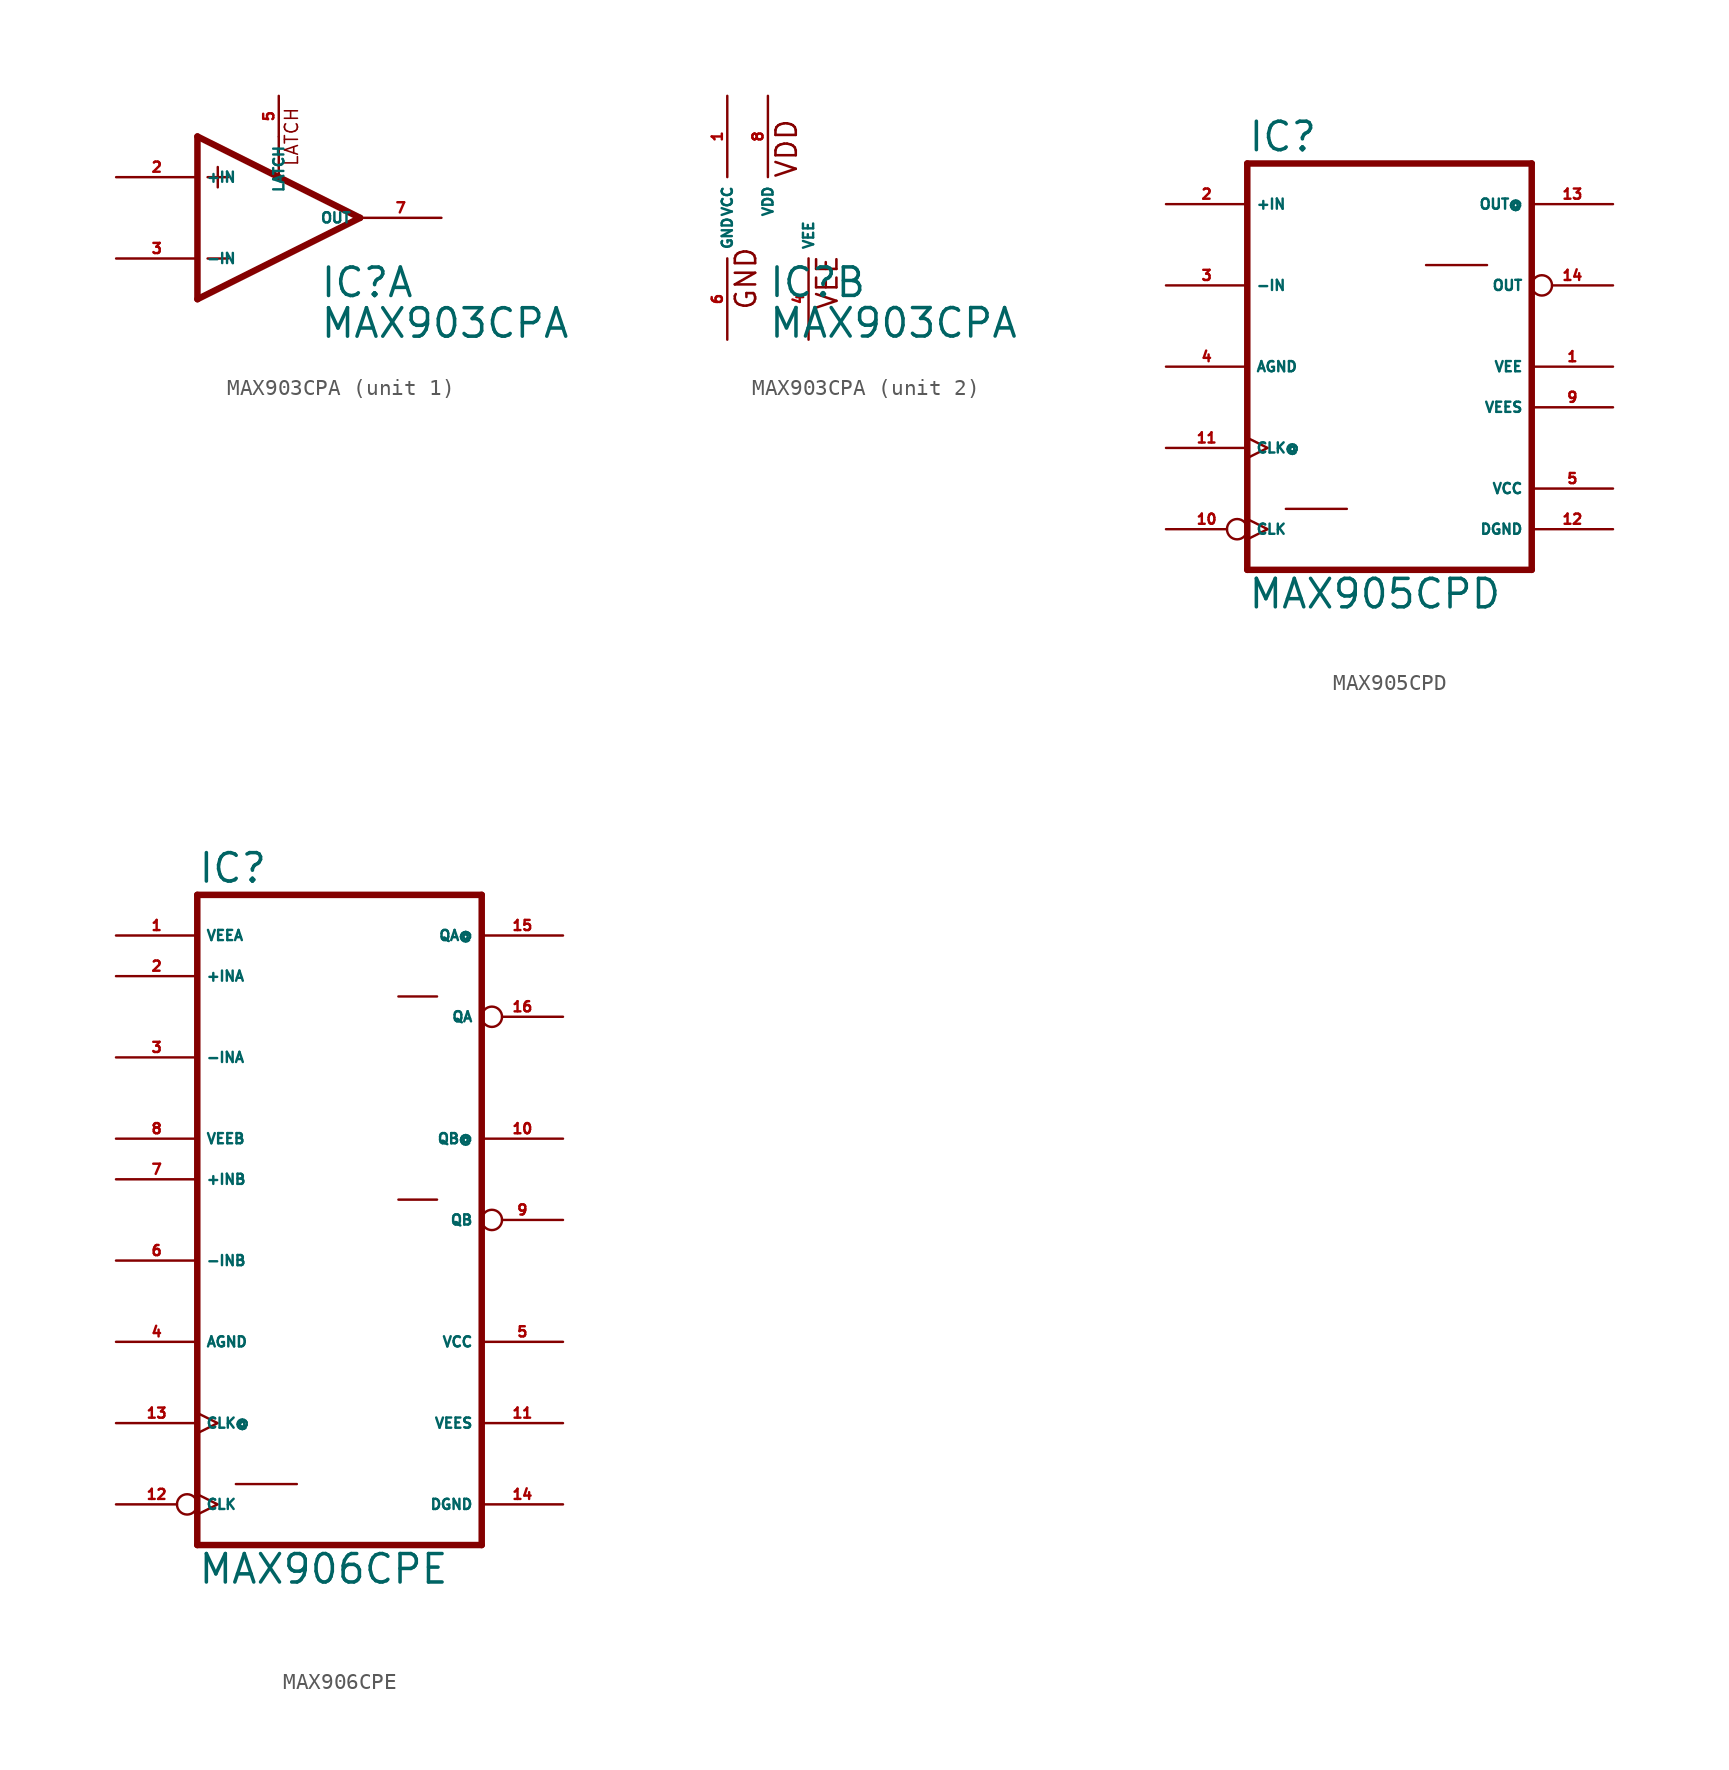
<source format=kicad_sym>
(kicad_symbol_lib
  (version 20220914)
  (generator Eagle2Kicad)
  (symbol "MAX903CPA"
    (property "Reference" "IC"
      (at 2.54 -5.08 0)
      (effects (font (size 1.778 1.778) (thickness 0.22)) (justify left bottom)))
    (property "Value" "MAX903CPA"
      (at 2.54 -7.62 0)
      (effects (font (size 1.778 1.778) (thickness 0.22)) (justify left bottom)))
    (symbol "MAX903CPA_1_0"
      (polyline (pts (xy -3.81 3.175) (xy -3.81 1.905)) (stroke (width 0.152) (type default)) (fill (type none)))
      (polyline (pts (xy -4.445 2.54) (xy -3.175 2.54)) (stroke (width 0.152) (type default)) (fill (type none)))
      (polyline (pts (xy -4.445 -2.54) (xy -3.175 -2.54)) (stroke (width 0.152) (type default)) (fill (type none)))
      (polyline (pts (xy 0 5.055) (xy 0 2.616)) (stroke (width 0.152) (type default)) (fill (type none)))
      (polyline (pts (xy 5.08 0) (xy -5.08 5.08)) (stroke (width 0.406) (type default)) (fill (type none)))
      (polyline (pts (xy -5.08 5.08) (xy -5.08 -5.08)) (stroke (width 0.406) (type default)) (fill (type none)))
      (polyline (pts (xy -5.08 -5.08) (xy 5.08 0)) (stroke (width 0.406) (type default)) (fill (type none)))
      (text "LATCH" (at 1.27 3.175 900) (effects (font (size 0.813 0.813) (thickness 0.10)) (justify left bottom)))
      (pin passive line (at 0 7.62 270) (length 2.54) (name "LATCH" (effects (font (size 0.635 0.635) (thickness 0.08)) (justify left bottom))) (number "5" (effects (font (size 0.635 0.635) (thickness 0.08)) (justify left bottom))))
      (pin input line (at -10.16 -2.54 0) (length 5.08) (name "-IN" (effects (font (size 0.635 0.635) (thickness 0.08)) (justify left bottom))) (number "3" (effects (font (size 0.635 0.635) (thickness 0.08)) (justify left bottom))))
      (pin input line (at -10.16 2.54 0) (length 5.08) (name "+IN" (effects (font (size 0.635 0.635) (thickness 0.08)) (justify left bottom))) (number "2" (effects (font (size 0.635 0.635) (thickness 0.08)) (justify left bottom))))
      (pin output line (at 10.16 0 180) (length 5.08) (name "OUT" (effects (font (size 0.635 0.635) (thickness 0.08)) (justify left bottom))) (number "7" (effects (font (size 0.635 0.635) (thickness 0.08)) (justify left bottom)))))
    (symbol "MAX903CPA_2_0"
      (text "GND" (at 1.905 -5.842 900) (effects (font (size 1.27 1.27) (thickness 0.16)) (justify left bottom)))
      (text "VEE" (at 6.985 -5.842 900) (effects (font (size 1.27 1.27) (thickness 0.16)) (justify left bottom)))
      (text "VDD" (at 4.445 2.413 900) (effects (font (size 1.27 1.27) (thickness 0.16)) (justify left bottom)))
      (pin unspecified line (at 5.08 -7.62 90) (length 5.08) (name "VEE" (effects (font (size 0.635 0.635) (thickness 0.08)) (justify left bottom))) (number "4" (effects (font (size 0.635 0.635) (thickness 0.08)) (justify left bottom))))
      (pin unspecified line (at 0 -7.62 90) (length 5.08) (name "GND" (effects (font (size 0.635 0.635) (thickness 0.08)) (justify left bottom))) (number "6" (effects (font (size 0.635 0.635) (thickness 0.08)) (justify left bottom))))
      (pin unspecified line (at 0 7.62 270) (length 5.08) (name "VCC" (effects (font (size 0.635 0.635) (thickness 0.08)) (justify left bottom))) (number "1" (effects (font (size 0.635 0.635) (thickness 0.08)) (justify left bottom))))
      (pin unspecified line (at 2.54 7.62 270) (length 5.08) (name "VDD" (effects (font (size 0.635 0.635) (thickness 0.08)) (justify left bottom))) (number "8" (effects (font (size 0.635 0.635) (thickness 0.08)) (justify left bottom))))))
  (symbol "MAX905CPD"
    (property "Reference" "IC"
      (at -10.16 13.335 0)
      (effects (font (size 1.778 1.778) (thickness 0.22)) (justify left bottom)))
    (property "Value" "MAX905CPD"
      (at -10.16 -15.24 0)
      (effects (font (size 1.778 1.778) (thickness 0.22)) (justify left bottom)))
    (polyline
      (pts (xy 7.62 -12.7) (xy -10.16 -12.7))
      (stroke (width 0.406) (type default))
      (fill (type none)))
    (polyline
      (pts (xy -10.16 12.7) (xy -10.16 -12.7))
      (stroke (width 0.406) (type default))
      (fill (type none)))
    (polyline
      (pts (xy -10.16 12.7) (xy 7.62 12.7))
      (stroke (width 0.406) (type default))
      (fill (type none)))
    (polyline
      (pts (xy 7.62 -12.7) (xy 7.62 12.7))
      (stroke (width 0.406) (type default))
      (fill (type none)))
    (polyline
      (pts (xy -7.747 -8.89) (xy -3.937 -8.89))
      (stroke (width 0.152) (type default))
      (fill (type none)))
    (polyline
      (pts (xy 1.016 6.35) (xy 4.826 6.35))
      (stroke (width 0.152) (type default))
      (fill (type none)))
    (pin input clock
      (at -15.24 -5.08 0)
      (length 5.08)
      (name "CLK@" (effects (font (size 0.635 0.635) (thickness 0.08)) (justify left bottom)))
      (number "11" (effects (font (size 0.635 0.635) (thickness 0.08)) (justify left bottom))))
    (pin input inverted_clock
      (at -15.24 -10.16 0)
      (length 5.08)
      (name "CLK" (effects (font (size 0.635 0.635) (thickness 0.08)) (justify left bottom)))
      (number "10" (effects (font (size 0.635 0.635) (thickness 0.08)) (justify left bottom))))
    (pin input line
      (at -15.24 10.16 0)
      (length 5.08)
      (name "+IN" (effects (font (size 0.635 0.635) (thickness 0.08)) (justify left bottom)))
      (number "2" (effects (font (size 0.635 0.635) (thickness 0.08)) (justify left bottom))))
    (pin input line
      (at -15.24 5.08 0)
      (length 5.08)
      (name "-IN" (effects (font (size 0.635 0.635) (thickness 0.08)) (justify left bottom)))
      (number "3" (effects (font (size 0.635 0.635) (thickness 0.08)) (justify left bottom))))
    (pin output line
      (at 12.7 10.16 180)
      (length 5.08)
      (name "OUT@" (effects (font (size 0.635 0.635) (thickness 0.08)) (justify left bottom)))
      (number "13" (effects (font (size 0.635 0.635) (thickness 0.08)) (justify left bottom))))
    (pin unspecified line
      (at 12.7 -10.16 180)
      (length 5.08)
      (name "DGND" (effects (font (size 0.635 0.635) (thickness 0.08)) (justify left bottom)))
      (number "12" (effects (font (size 0.635 0.635) (thickness 0.08)) (justify left bottom))))
    (pin unspecified line
      (at -15.24 0 0)
      (length 5.08)
      (name "AGND" (effects (font (size 0.635 0.635) (thickness 0.08)) (justify left bottom)))
      (number "4" (effects (font (size 0.635 0.635) (thickness 0.08)) (justify left bottom))))
    (pin unspecified line
      (at 12.7 -7.62 180)
      (length 5.08)
      (name "VCC" (effects (font (size 0.635 0.635) (thickness 0.08)) (justify left bottom)))
      (number "5" (effects (font (size 0.635 0.635) (thickness 0.08)) (justify left bottom))))
    (pin output inverted
      (at 12.7 5.08 180)
      (length 5.08)
      (name "OUT" (effects (font (size 0.635 0.635) (thickness 0.08)) (justify left bottom)))
      (number "14" (effects (font (size 0.635 0.635) (thickness 0.08)) (justify left bottom))))
    (pin unspecified line
      (at 12.7 -2.54 180)
      (length 5.08)
      (name "VEES" (effects (font (size 0.635 0.635) (thickness 0.08)) (justify left bottom)))
      (number "9" (effects (font (size 0.635 0.635) (thickness 0.08)) (justify left bottom))))
    (pin unspecified line
      (at 12.7 0 180)
      (length 5.08)
      (name "VEE" (effects (font (size 0.635 0.635) (thickness 0.08)) (justify left bottom)))
      (number "1" (effects (font (size 0.635 0.635) (thickness 0.08)) (justify left bottom)))))
  (symbol "MAX906CPE"
    (property "Reference" "IC"
      (at -10.16 20.955 0)
      (effects (font (size 1.778 1.778) (thickness 0.22)) (justify left bottom)))
    (property "Value" "MAX906CPE"
      (at -10.16 -22.86 0)
      (effects (font (size 1.778 1.778) (thickness 0.22)) (justify left bottom)))
    (polyline
      (pts (xy 7.62 -20.32) (xy -10.16 -20.32))
      (stroke (width 0.406) (type default))
      (fill (type none)))
    (polyline
      (pts (xy -10.16 20.32) (xy -10.16 -20.32))
      (stroke (width 0.406) (type default))
      (fill (type none)))
    (polyline
      (pts (xy -10.16 20.32) (xy 7.62 20.32))
      (stroke (width 0.406) (type default))
      (fill (type none)))
    (polyline
      (pts (xy 7.62 -20.32) (xy 7.62 20.32))
      (stroke (width 0.406) (type default))
      (fill (type none)))
    (polyline
      (pts (xy -7.747 -16.51) (xy -3.937 -16.51))
      (stroke (width 0.152) (type default))
      (fill (type none)))
    (polyline
      (pts (xy 2.413 13.97) (xy 4.826 13.97))
      (stroke (width 0.152) (type default))
      (fill (type none)))
    (polyline
      (pts (xy 2.413 1.27) (xy 4.826 1.27))
      (stroke (width 0.152) (type default))
      (fill (type none)))
    (pin input clock
      (at -15.24 -12.7 0)
      (length 5.08)
      (name "CLK@" (effects (font (size 0.635 0.635) (thickness 0.08)) (justify left bottom)))
      (number "13" (effects (font (size 0.635 0.635) (thickness 0.08)) (justify left bottom))))
    (pin input inverted_clock
      (at -15.24 -17.78 0)
      (length 5.08)
      (name "CLK" (effects (font (size 0.635 0.635) (thickness 0.08)) (justify left bottom)))
      (number "12" (effects (font (size 0.635 0.635) (thickness 0.08)) (justify left bottom))))
    (pin input line
      (at -15.24 15.24 0)
      (length 5.08)
      (name "+INA" (effects (font (size 0.635 0.635) (thickness 0.08)) (justify left bottom)))
      (number "2" (effects (font (size 0.635 0.635) (thickness 0.08)) (justify left bottom))))
    (pin input line
      (at -15.24 10.16 0)
      (length 5.08)
      (name "-INA" (effects (font (size 0.635 0.635) (thickness 0.08)) (justify left bottom)))
      (number "3" (effects (font (size 0.635 0.635) (thickness 0.08)) (justify left bottom))))
    (pin output line
      (at 12.7 17.78 180)
      (length 5.08)
      (name "QA@" (effects (font (size 0.635 0.635) (thickness 0.08)) (justify left bottom)))
      (number "15" (effects (font (size 0.635 0.635) (thickness 0.08)) (justify left bottom))))
    (pin unspecified line
      (at 12.7 -17.78 180)
      (length 5.08)
      (name "DGND" (effects (font (size 0.635 0.635) (thickness 0.08)) (justify left bottom)))
      (number "14" (effects (font (size 0.635 0.635) (thickness 0.08)) (justify left bottom))))
    (pin unspecified line
      (at -15.24 -7.62 0)
      (length 5.08)
      (name "AGND" (effects (font (size 0.635 0.635) (thickness 0.08)) (justify left bottom)))
      (number "4" (effects (font (size 0.635 0.635) (thickness 0.08)) (justify left bottom))))
    (pin unspecified line
      (at 12.7 -7.62 180)
      (length 5.08)
      (name "VCC" (effects (font (size 0.635 0.635) (thickness 0.08)) (justify left bottom)))
      (number "5" (effects (font (size 0.635 0.635) (thickness 0.08)) (justify left bottom))))
    (pin output inverted
      (at 12.7 12.7 180)
      (length 5.08)
      (name "QA" (effects (font (size 0.635 0.635) (thickness 0.08)) (justify left bottom)))
      (number "16" (effects (font (size 0.635 0.635) (thickness 0.08)) (justify left bottom))))
    (pin unspecified line
      (at 12.7 -12.7 180)
      (length 5.08)
      (name "VEES" (effects (font (size 0.635 0.635) (thickness 0.08)) (justify left bottom)))
      (number "11" (effects (font (size 0.635 0.635) (thickness 0.08)) (justify left bottom))))
    (pin unspecified line
      (at -15.24 17.78 0)
      (length 5.08)
      (name "VEEA" (effects (font (size 0.635 0.635) (thickness 0.08)) (justify left bottom)))
      (number "1" (effects (font (size 0.635 0.635) (thickness 0.08)) (justify left bottom))))
    (pin output inverted
      (at 12.7 0 180)
      (length 5.08)
      (name "QB" (effects (font (size 0.635 0.635) (thickness 0.08)) (justify left bottom)))
      (number "9" (effects (font (size 0.635 0.635) (thickness 0.08)) (justify left bottom))))
    (pin output line
      (at 12.7 5.08 180)
      (length 5.08)
      (name "QB@" (effects (font (size 0.635 0.635) (thickness 0.08)) (justify left bottom)))
      (number "10" (effects (font (size 0.635 0.635) (thickness 0.08)) (justify left bottom))))
    (pin input line
      (at -15.24 2.54 0)
      (length 5.08)
      (name "+INB" (effects (font (size 0.635 0.635) (thickness 0.08)) (justify left bottom)))
      (number "7" (effects (font (size 0.635 0.635) (thickness 0.08)) (justify left bottom))))
    (pin input line
      (at -15.24 -2.54 0)
      (length 5.08)
      (name "-INB" (effects (font (size 0.635 0.635) (thickness 0.08)) (justify left bottom)))
      (number "6" (effects (font (size 0.635 0.635) (thickness 0.08)) (justify left bottom))))
    (pin unspecified line
      (at -15.24 5.08 0)
      (length 5.08)
      (name "VEEB" (effects (font (size 0.635 0.635) (thickness 0.08)) (justify left bottom)))
      (number "8" (effects (font (size 0.635 0.635) (thickness 0.08)) (justify left bottom))))))
</source>
